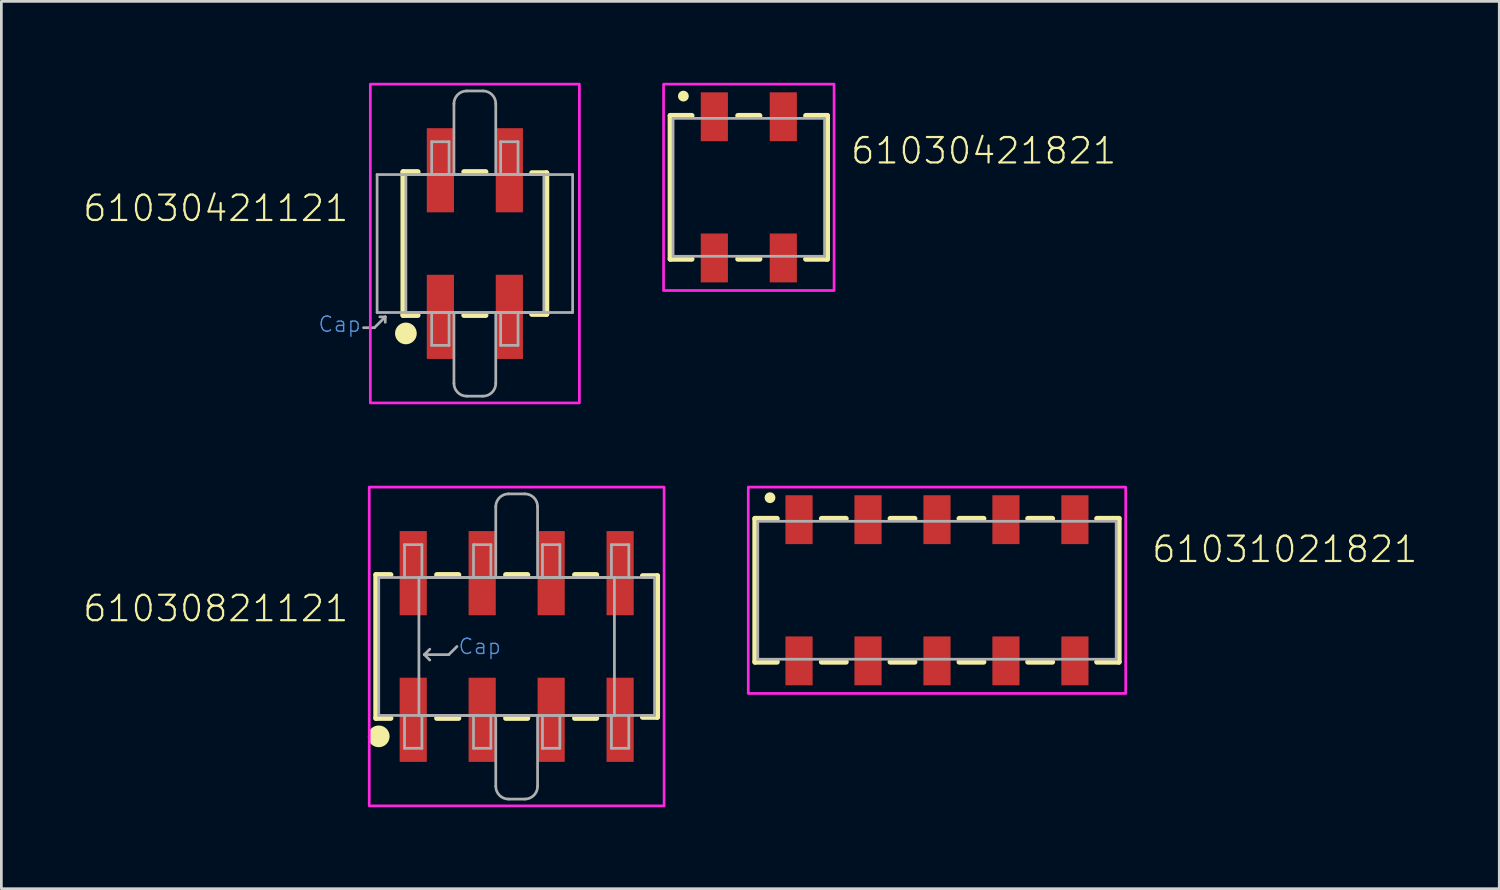
<source format=kicad_pcb>
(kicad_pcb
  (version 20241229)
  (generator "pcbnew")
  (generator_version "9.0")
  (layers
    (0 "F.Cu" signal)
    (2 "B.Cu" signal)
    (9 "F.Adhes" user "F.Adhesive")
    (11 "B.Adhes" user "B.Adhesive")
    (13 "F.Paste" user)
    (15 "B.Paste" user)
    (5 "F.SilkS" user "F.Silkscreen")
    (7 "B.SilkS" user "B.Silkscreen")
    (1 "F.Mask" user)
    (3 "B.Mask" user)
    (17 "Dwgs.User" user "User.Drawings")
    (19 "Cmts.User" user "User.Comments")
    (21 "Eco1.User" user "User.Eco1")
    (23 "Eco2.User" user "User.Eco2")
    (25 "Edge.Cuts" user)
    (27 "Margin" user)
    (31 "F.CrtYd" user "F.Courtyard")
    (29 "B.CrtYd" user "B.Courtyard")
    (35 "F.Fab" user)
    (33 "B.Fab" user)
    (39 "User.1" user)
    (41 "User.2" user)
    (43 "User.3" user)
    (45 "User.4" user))
  (footprint "61030421821"
    (layer "F.Cu")
    (at 24.529 3.85)
    (property "Reference" "61030421821" (at 3.7 -0.8 0) (unlocked yes) (layer "F.SilkS") (effects (font (size 0.935 0.935) (thickness 0.081)) (justify left bottom)))
    (fp_line (start -2.89 -2.64) (end -2.89 2.64) (stroke (width 0.2) (type solid)) (layer "F.SilkS"))
    (fp_line (start -2.1 -2.64) (end -2.89 -2.64) (stroke (width 0.2) (type solid)) (layer "F.SilkS"))
    (fp_line (start -2.1 2.64) (end -2.89 2.64) (stroke (width 0.2) (type solid)) (layer "F.SilkS"))
    (fp_line (start 0.4 -2.64) (end -0.4 -2.64) (stroke (width 0.2) (type solid)) (layer "F.SilkS"))
    (fp_line (start 0.4 2.64) (end -0.4 2.64) (stroke (width 0.2) (type solid)) (layer "F.SilkS"))
    (fp_line (start 2.1 -2.64) (end 2.89 -2.64) (stroke (width 0.2) (type solid)) (layer "F.SilkS"))
    (fp_line (start 2.1 2.64) (end 2.89 2.64) (stroke (width 0.2) (type solid)) (layer "F.SilkS"))
    (fp_line (start 2.89 2.64) (end 2.89 -2.64) (stroke (width 0.2) (type solid)) (layer "F.SilkS"))
    (fp_circle (center -2.41 -3.36) (end -2.31 -3.36) (stroke (width 0.2) (type solid)) (fill no) (layer "F.SilkS"))
    (fp_poly (pts (xy 3.14 3.8) (xy -3.14 3.8) (xy -3.14 -3.8) (xy 3.14 -3.8)) (stroke (width 0.1) (type default)) (fill no) (layer "F.CrtYd"))
    (fp_line (start -2.79 2.54) (end -2.79 -2.54) (stroke (width 0.1) (type solid)) (layer "F.Fab"))
    (fp_line (start -2.79 2.54) (end 2.79 2.54) (stroke (width 0.1) (type solid)) (layer "F.Fab"))
    (fp_line (start 2.79 -2.54) (end -2.79 -2.54) (stroke (width 0.1) (type solid)) (layer "F.Fab"))
    (fp_line (start 2.79 -2.54) (end 2.79 2.54) (stroke (width 0.1) (type solid)) (layer "F.Fab"))
    (pad "1" smd rect (at -1.27 -2.6) (size 1 1.8) (layers "F.Cu" "F.Mask" "F.Paste"))
    (pad "2" smd rect (at -1.27 2.6) (size 1 1.8) (layers "F.Cu" "F.Mask" "F.Paste"))
    (pad "3" smd rect (at 1.27 -2.6) (size 1 1.8) (layers "F.Cu" "F.Mask" "F.Paste"))
    (pad "4" smd rect (at 1.27 2.6) (size 1 1.8) (layers "F.Cu" "F.Mask" "F.Paste")))
  (footprint "61030821121"
    (layer "F.Cu")
    (at 15.979 20.76)
    (property "Reference" "61030821121" (at -6.13 -0.85 0) (unlocked yes) (layer "F.SilkS") (effects (font (size 0.935 0.935) (thickness 0.081)) (justify right bottom)))
    (fp_line (start -5.18 -2.64) (end -5.18 2.64) (stroke (width 0.2) (type solid)) (layer "F.SilkS"))
    (fp_line (start -5.18 2.64) (end -4.64 2.64) (stroke (width 0.2) (type solid)) (layer "F.SilkS"))
    (fp_line (start -4.64 -2.64) (end -5.18 -2.64) (stroke (width 0.2) (type solid)) (layer "F.SilkS"))
    (fp_line (start -2.94 2.64) (end -2.14 2.64) (stroke (width 0.2) (type solid)) (layer "F.SilkS"))
    (fp_line (start -2.14 -2.64) (end -2.94 -2.64) (stroke (width 0.2) (type solid)) (layer "F.SilkS"))
    (fp_line (start -0.4 2.64) (end 0.4 2.64) (stroke (width 0.2) (type solid)) (layer "F.SilkS"))
    (fp_line (start 0.4 -2.64) (end -0.4 -2.64) (stroke (width 0.2) (type solid)) (layer "F.SilkS"))
    (fp_line (start 2.14 2.64) (end 2.94 2.64) (stroke (width 0.2) (type solid)) (layer "F.SilkS"))
    (fp_line (start 2.94 -2.64) (end 2.14 -2.64) (stroke (width 0.2) (type solid)) (layer "F.SilkS"))
    (fp_line (start 4.64 -2.6) (end 5.18 -2.6) (stroke (width 0.2) (type solid)) (layer "F.SilkS"))
    (fp_line (start 5.18 -2.6) (end 5.18 2.6) (stroke (width 0.2) (type solid)) (layer "F.SilkS"))
    (fp_line (start 5.18 2.6) (end 4.64 2.6) (stroke (width 0.2) (type solid)) (layer "F.SilkS"))
    (fp_circle (center -5.08 3.31) (end -4.88 3.31) (stroke (width 0.4) (type solid)) (fill no) (layer "F.SilkS"))
    (fp_poly (pts (xy 5.43 5.87) (xy -5.43 5.87) (xy -5.43 -5.87) (xy 5.43 -5.87)) (stroke (width 0.1) (type default)) (fill no) (layer "F.CrtYd"))
    (fp_line (start -5.08 -2.54) (end -5.08 2.54) (stroke (width 0.1) (type solid)) (layer "F.Fab"))
    (fp_line (start -5.08 2.54) (end 5.08 2.54) (stroke (width 0.1) (type solid)) (layer "F.Fab"))
    (fp_line (start -4.13 -3.75) (end -3.49 -3.75) (stroke (width 0.1) (type solid)) (layer "F.Fab"))
    (fp_line (start -4.13 -2.54) (end -5.08 -2.54) (stroke (width 0.1) (type solid)) (layer "F.Fab"))
    (fp_line (start -4.13 -2.54) (end -4.13 -3.75) (stroke (width 0.1) (type solid)) (layer "F.Fab"))
    (fp_line (start -4.13 3.75) (end -4.13 2.54) (stroke (width 0.1) (type solid)) (layer "F.Fab"))
    (fp_line (start -3.6 -2.54) (end -0.77 -2.54) (stroke (width 0.1) (type solid)) (layer "F.Fab"))
    (fp_line (start -3.6 2.54) (end -3.6 -2.54) (stroke (width 0.1) (type solid)) (layer "F.Fab"))
    (fp_line (start -3.49 -3.75) (end -3.49 -2.54) (stroke (width 0.1) (type solid)) (layer "F.Fab"))
    (fp_line (start -3.49 -2.54) (end -4.13 -2.54) (stroke (width 0.1) (type solid)) (layer "F.Fab"))
    (fp_line (start -3.49 2.54) (end -3.49 3.75) (stroke (width 0.1) (type solid)) (layer "F.Fab"))
    (fp_line (start -3.49 3.75) (end -4.13 3.75) (stroke (width 0.1) (type solid)) (layer "F.Fab"))
    (fp_line (start -3.4 0.3) (end -3.2 0.1) (stroke (width 0.1) (type solid)) (layer "F.Fab"))
    (fp_line (start -3.4 0.3) (end -3.2 0.5) (stroke (width 0.1) (type solid)) (layer "F.Fab"))
    (fp_line (start -2.5 0.3) (end -3.4 0.3) (stroke (width 0.1) (type solid)) (layer "F.Fab"))
    (fp_line (start -2.2 0) (end -2.5 0.3) (stroke (width 0.1) (type solid)) (layer "F.Fab"))
    (fp_line (start -1.59 -3.75) (end -0.95 -3.75) (stroke (width 0.1) (type solid)) (layer "F.Fab"))
    (fp_line (start -1.59 -2.54) (end -1.59 -3.75) (stroke (width 0.1) (type solid)) (layer "F.Fab"))
    (fp_line (start -1.59 3.75) (end -1.59 2.54) (stroke (width 0.1) (type solid)) (layer "F.Fab"))
    (fp_line (start -0.95 -3.75) (end -0.95 -2.54) (stroke (width 0.1) (type solid)) (layer "F.Fab"))
    (fp_line (start -0.95 2.54) (end -0.95 3.75) (stroke (width 0.1) (type solid)) (layer "F.Fab"))
    (fp_line (start -0.95 3.75) (end -1.59 3.75) (stroke (width 0.1) (type solid)) (layer "F.Fab"))
    (fp_line (start -0.77 -2.54) (end -0.77 -5.15) (stroke (width 0.1) (type solid)) (layer "F.Fab"))
    (fp_line (start -0.77 -2.54) (end 0.77 -2.54) (stroke (width 0.1) (type solid)) (layer "F.Fab"))
    (fp_line (start -0.77 5.15) (end -0.77 2.54) (stroke (width 0.1) (type solid)) (layer "F.Fab"))
    (fp_line (start -0.3 -5.62) (end 0.3 -5.62) (stroke (width 0.1) (type solid)) (layer "F.Fab"))
    (fp_line (start 0.3 5.62) (end -0.3 5.62) (stroke (width 0.1) (type solid)) (layer "F.Fab"))
    (fp_line (start 0.77 -5.15) (end 0.77 -2.54) (stroke (width 0.1) (type solid)) (layer "F.Fab"))
    (fp_line (start 0.77 -2.54) (end 3.6 -2.54) (stroke (width 0.1) (type solid)) (layer "F.Fab"))
    (fp_line (start 0.77 2.54) (end 0.77 5.15) (stroke (width 0.1) (type solid)) (layer "F.Fab"))
    (fp_line (start 0.95 -3.75) (end 1.59 -3.75) (stroke (width 0.1) (type solid)) (layer "F.Fab"))
    (fp_line (start 0.95 -2.54) (end 0.95 -3.75) (stroke (width 0.1) (type solid)) (layer "F.Fab"))
    (fp_line (start 0.95 3.75) (end 0.95 2.54) (stroke (width 0.1) (type solid)) (layer "F.Fab"))
    (fp_line (start 1.59 -3.75) (end 1.59 -2.54) (stroke (width 0.1) (type solid)) (layer "F.Fab"))
    (fp_line (start 1.59 2.54) (end 1.59 3.75) (stroke (width 0.1) (type solid)) (layer "F.Fab"))
    (fp_line (start 1.59 3.75) (end 0.95 3.75) (stroke (width 0.1) (type solid)) (layer "F.Fab"))
    (fp_line (start 3.49 -3.75) (end 4.13 -3.75) (stroke (width 0.1) (type solid)) (layer "F.Fab"))
    (fp_line (start 3.49 -2.54) (end 3.49 -3.75) (stroke (width 0.1) (type solid)) (layer "F.Fab"))
    (fp_line (start 3.49 3.75) (end 3.49 2.54) (stroke (width 0.1) (type solid)) (layer "F.Fab"))
    (fp_line (start 3.6 -2.54) (end 3.6 2.54) (stroke (width 0.1) (type solid)) (layer "F.Fab"))
    (fp_line (start 3.6 2.54) (end -3.6 2.54) (stroke (width 0.1) (type solid)) (layer "F.Fab"))
    (fp_line (start 4.13 -3.75) (end 4.13 -2.54) (stroke (width 0.1) (type solid)) (layer "F.Fab"))
    (fp_line (start 4.13 2.54) (end 4.13 3.75) (stroke (width 0.1) (type solid)) (layer "F.Fab"))
    (fp_line (start 4.13 3.75) (end 3.49 3.75) (stroke (width 0.1) (type solid)) (layer "F.Fab"))
    (fp_line (start 5.08 -2.54) (end -3.49 -2.54) (stroke (width 0.1) (type solid)) (layer "F.Fab"))
    (fp_line (start 5.08 2.54) (end 5.08 -2.54) (stroke (width 0.1) (type solid)) (layer "F.Fab"))
    (fp_arc (start -0.77 -5.15) (mid -0.63234 -5.48234) (end -0.3 -5.62) (stroke (width 0.1) (type solid)) (layer "F.Fab"))
    (fp_arc (start -0.3 5.62) (mid -0.63234 5.48234) (end -0.77 5.15) (stroke (width 0.1) (type solid)) (layer "F.Fab"))
    (fp_arc (start 0.3 -5.62) (mid 0.63234 -5.48234) (end 0.77 -5.15) (stroke (width 0.1) (type solid)) (layer "F.Fab"))
    (fp_arc (start 0.77 5.15) (mid 0.63234 5.48234) (end 0.3 5.62) (stroke (width 0.1) (type solid)) (layer "F.Fab"))
    (fp_text user "Cap" (at -1.36 0 0) (unlocked yes) (layer "Cmts.User") (effects (font (size 0.561 0.561) (thickness 0.049))))
    (pad "1" smd rect (at -3.81 2.7 90) (size 3.1 1) (layers "F.Cu" "F.Mask" "F.Paste"))
    (pad "2" smd rect (at -3.81 -2.7 90) (size 3.1 1) (layers "F.Cu" "F.Mask" "F.Paste"))
    (pad "3" smd rect (at -1.27 2.7 90) (size 3.1 1) (layers "F.Cu" "F.Mask" "F.Paste"))
    (pad "4" smd rect (at -1.27 -2.7 90) (size 3.1 1) (layers "F.Cu" "F.Mask" "F.Paste"))
    (pad "5" smd rect (at 1.27 2.7 90) (size 3.1 1) (layers "F.Cu" "F.Mask" "F.Paste"))
    (pad "6" smd rect (at 1.27 -2.7 90) (size 3.1 1) (layers "F.Cu" "F.Mask" "F.Paste"))
    (pad "7" smd rect (at 3.81 2.7 90) (size 3.1 1) (layers "F.Cu" "F.Mask" "F.Paste"))
    (pad "8" smd rect (at 3.81 -2.7 90) (size 3.1 1) (layers "F.Cu" "F.Mask" "F.Paste")))
  (footprint "61031021821"
    (layer "F.Cu")
    (at 31.459 18.69)
    (property "Reference" "61031021821" (at 7.86 -0.96 0) (unlocked yes) (layer "F.SilkS") (effects (font (size 0.935 0.935) (thickness 0.081)) (justify left bottom)))
    (fp_line (start -6.7 -2.64) (end -6.7 2.64) (stroke (width 0.2) (type solid)) (layer "F.SilkS"))
    (fp_line (start -5.89 -2.64) (end -6.7 -2.64) (stroke (width 0.2) (type solid)) (layer "F.SilkS"))
    (fp_line (start -5.89 2.64) (end -6.7 2.64) (stroke (width 0.2) (type solid)) (layer "F.SilkS"))
    (fp_line (start -3.35 -2.64) (end -4.25 -2.64) (stroke (width 0.2) (type solid)) (layer "F.SilkS"))
    (fp_line (start -3.35 2.64) (end -4.25 2.64) (stroke (width 0.2) (type solid)) (layer "F.SilkS"))
    (fp_line (start -0.82 -2.64) (end -1.72 -2.64) (stroke (width 0.2) (type solid)) (layer "F.SilkS"))
    (fp_line (start -0.82 2.64) (end -1.72 2.64) (stroke (width 0.2) (type solid)) (layer "F.SilkS"))
    (fp_line (start 0.82 -2.64) (end 1.72 -2.64) (stroke (width 0.2) (type solid)) (layer "F.SilkS"))
    (fp_line (start 0.82 2.64) (end 1.72 2.64) (stroke (width 0.2) (type solid)) (layer "F.SilkS"))
    (fp_line (start 3.35 -2.64) (end 4.25 -2.64) (stroke (width 0.2) (type solid)) (layer "F.SilkS"))
    (fp_line (start 3.35 2.64) (end 4.25 2.64) (stroke (width 0.2) (type solid)) (layer "F.SilkS"))
    (fp_line (start 5.89 -2.64) (end 6.7 -2.64) (stroke (width 0.2) (type solid)) (layer "F.SilkS"))
    (fp_line (start 5.89 2.64) (end 6.7 2.64) (stroke (width 0.2) (type solid)) (layer "F.SilkS"))
    (fp_line (start 6.7 2.64) (end 6.7 -2.64) (stroke (width 0.2) (type solid)) (layer "F.SilkS"))
    (fp_circle (center -6.15 -3.41) (end -6.05 -3.41) (stroke (width 0.2) (type solid)) (fill no) (layer "F.SilkS"))
    (fp_poly (pts (xy 6.95 3.8) (xy -6.95 3.8) (xy -6.95 -3.8) (xy 6.95 -3.8)) (stroke (width 0.1) (type default)) (fill no) (layer "F.CrtYd"))
    (fp_line (start -6.6 -2.54) (end -6.6 2.54) (stroke (width 0.1) (type solid)) (layer "F.Fab"))
    (fp_line (start -6.6 2.54) (end 6.6 2.54) (stroke (width 0.1) (type solid)) (layer "F.Fab"))
    (fp_line (start 6.6 -2.54) (end -6.6 -2.54) (stroke (width 0.1) (type solid)) (layer "F.Fab"))
    (fp_line (start 6.6 -2.54) (end 6.6 2.54) (stroke (width 0.1) (type solid)) (layer "F.Fab"))
    (pad "1" smd rect (at -5.08 -2.6) (size 1 1.8) (layers "F.Cu" "F.Mask" "F.Paste"))
    (pad "2" smd rect (at -5.08 2.6) (size 1 1.8) (layers "F.Cu" "F.Mask" "F.Paste"))
    (pad "3" smd rect (at -2.54 -2.6) (size 1 1.8) (layers "F.Cu" "F.Mask" "F.Paste"))
    (pad "4" smd rect (at -2.54 2.6) (size 1 1.8) (layers "F.Cu" "F.Mask" "F.Paste"))
    (pad "5" smd rect (at 0 -2.6) (size 1 1.8) (layers "F.Cu" "F.Mask" "F.Paste"))
    (pad "6" smd rect (at 0 2.6) (size 1 1.8) (layers "F.Cu" "F.Mask" "F.Paste"))
    (pad "7" smd rect (at 2.54 -2.6) (size 1 1.8) (layers "F.Cu" "F.Mask" "F.Paste"))
    (pad "8" smd rect (at 2.54 2.6) (size 1 1.8) (layers "F.Cu" "F.Mask" "F.Paste"))
    (pad "9" smd rect (at 5.08 -2.6) (size 1 1.8) (layers "F.Cu" "F.Mask" "F.Paste"))
    (pad "10" smd rect (at 5.08 2.6) (size 1 1.8) (layers "F.Cu" "F.Mask" "F.Paste")))
  (footprint "61030421121"
    (layer "F.Cu")
    (at 14.439 5.92)
    (property "Reference" "61030421121" (at -4.59 -0.75 0) (unlocked yes) (layer "F.SilkS") (effects (font (size 0.935 0.935) (thickness 0.081)) (justify right bottom)))
    (fp_line (start -2.64 -2.64) (end -2.64 2.64) (stroke (width 0.2) (type solid)) (layer "F.SilkS"))
    (fp_line (start -2.64 2.64) (end -2.1 2.64) (stroke (width 0.2) (type solid)) (layer "F.SilkS"))
    (fp_line (start -2.1 -2.64) (end -2.64 -2.64) (stroke (width 0.2) (type solid)) (layer "F.SilkS"))
    (fp_line (start -0.4 2.64) (end 0.4 2.64) (stroke (width 0.2) (type solid)) (layer "F.SilkS"))
    (fp_line (start 0.4 -2.64) (end -0.4 -2.64) (stroke (width 0.2) (type solid)) (layer "F.SilkS"))
    (fp_line (start 2.1 -2.6) (end 2.64 -2.6) (stroke (width 0.2) (type solid)) (layer "F.SilkS"))
    (fp_line (start 2.64 -2.6) (end 2.64 2.6) (stroke (width 0.2) (type solid)) (layer "F.SilkS"))
    (fp_line (start 2.64 2.6) (end 2.1 2.6) (stroke (width 0.2) (type solid)) (layer "F.SilkS"))
    (fp_circle (center -2.54 3.31) (end -2.34 3.31) (stroke (width 0.4) (type solid)) (fill no) (layer "F.SilkS"))
    (fp_poly (pts (xy 3.85 5.87) (xy -3.85 5.87) (xy -3.85 -5.87) (xy 3.85 -5.87)) (stroke (width 0.1) (type default)) (fill no) (layer "F.CrtYd"))
    (fp_line (start -4.1 3.1) (end -3.7 3.1) (stroke (width 0.1) (type solid)) (layer "F.Fab"))
    (fp_line (start -3.7 3.1) (end -3.3 2.7) (stroke (width 0.1) (type solid)) (layer "F.Fab"))
    (fp_line (start -3.6 -2.54) (end -0.77 -2.54) (stroke (width 0.1) (type solid)) (layer "F.Fab"))
    (fp_line (start -3.6 2.54) (end -3.6 -2.54) (stroke (width 0.1) (type solid)) (layer "F.Fab"))
    (fp_line (start -3.3 2.7) (end -3.5 2.7) (stroke (width 0.1) (type solid)) (layer "F.Fab"))
    (fp_line (start -3.3 2.7) (end -3.3 2.9) (stroke (width 0.1) (type solid)) (layer "F.Fab"))
    (fp_line (start -2.54 -2.54) (end -2.54 2.54) (stroke (width 0.1) (type solid)) (layer "F.Fab"))
    (fp_line (start -2.54 2.54) (end 2.54 2.54) (stroke (width 0.1) (type solid)) (layer "F.Fab"))
    (fp_line (start -1.59 -3.75) (end -0.95 -3.75) (stroke (width 0.1) (type solid)) (layer "F.Fab"))
    (fp_line (start -1.59 -2.54) (end -2.54 -2.54) (stroke (width 0.1) (type solid)) (layer "F.Fab"))
    (fp_line (start -1.59 -2.54) (end -1.59 -3.75) (stroke (width 0.1) (type solid)) (layer "F.Fab"))
    (fp_line (start -1.59 3.75) (end -1.59 2.54) (stroke (width 0.1) (type solid)) (layer "F.Fab"))
    (fp_line (start -0.95 -3.75) (end -0.95 -2.54) (stroke (width 0.1) (type solid)) (layer "F.Fab"))
    (fp_line (start -0.95 -2.54) (end -1.59 -2.54) (stroke (width 0.1) (type solid)) (layer "F.Fab"))
    (fp_line (start -0.95 2.54) (end -0.95 3.75) (stroke (width 0.1) (type solid)) (layer "F.Fab"))
    (fp_line (start -0.95 3.75) (end -1.59 3.75) (stroke (width 0.1) (type solid)) (layer "F.Fab"))
    (fp_line (start -0.77 -2.54) (end -0.95 -2.54) (stroke (width 0.1) (type solid)) (layer "F.Fab"))
    (fp_line (start -0.77 -2.54) (end -0.77 -5.15) (stroke (width 0.1) (type solid)) (layer "F.Fab"))
    (fp_line (start -0.77 -2.54) (end 0.77 -2.54) (stroke (width 0.1) (type solid)) (layer "F.Fab"))
    (fp_line (start -0.77 5.15) (end -0.77 2.54) (stroke (width 0.1) (type solid)) (layer "F.Fab"))
    (fp_line (start -0.3 -5.62) (end 0.3 -5.62) (stroke (width 0.1) (type solid)) (layer "F.Fab"))
    (fp_line (start 0.3 5.62) (end -0.3 5.62) (stroke (width 0.1) (type solid)) (layer "F.Fab"))
    (fp_line (start 0.77 -5.15) (end 0.77 -2.54) (stroke (width 0.1) (type solid)) (layer "F.Fab"))
    (fp_line (start 0.77 -2.54) (end -0.77 -2.54) (stroke (width 0.1) (type solid)) (layer "F.Fab"))
    (fp_line (start 0.77 -2.54) (end 3.6 -2.54) (stroke (width 0.1) (type solid)) (layer "F.Fab"))
    (fp_line (start 0.77 2.54) (end 0.77 5.15) (stroke (width 0.1) (type solid)) (layer "F.Fab"))
    (fp_line (start 0.95 -3.75) (end 1.59 -3.75) (stroke (width 0.1) (type solid)) (layer "F.Fab"))
    (fp_line (start 0.95 -2.54) (end 0.95 -3.75) (stroke (width 0.1) (type solid)) (layer "F.Fab"))
    (fp_line (start 0.95 3.75) (end 0.95 2.54) (stroke (width 0.1) (type solid)) (layer "F.Fab"))
    (fp_line (start 1.59 -3.75) (end 1.59 -2.54) (stroke (width 0.1) (type solid)) (layer "F.Fab"))
    (fp_line (start 1.59 2.54) (end 1.59 3.75) (stroke (width 0.1) (type solid)) (layer "F.Fab"))
    (fp_line (start 1.59 3.75) (end 0.95 3.75) (stroke (width 0.1) (type solid)) (layer "F.Fab"))
    (fp_line (start 2.54 -2.54) (end 0.77 -2.54) (stroke (width 0.1) (type solid)) (layer "F.Fab"))
    (fp_line (start 2.54 2.54) (end 2.54 -2.54) (stroke (width 0.1) (type solid)) (layer "F.Fab"))
    (fp_line (start 3.6 -2.54) (end 3.6 2.54) (stroke (width 0.1) (type solid)) (layer "F.Fab"))
    (fp_line (start 3.6 2.54) (end -3.6 2.54) (stroke (width 0.1) (type solid)) (layer "F.Fab"))
    (fp_arc (start -0.77 -5.15) (mid -0.63234 -5.48234) (end -0.3 -5.62) (stroke (width 0.1) (type solid)) (layer "F.Fab"))
    (fp_arc (start -0.3 5.62) (mid -0.63234 5.48234) (end -0.77 5.15) (stroke (width 0.1) (type solid)) (layer "F.Fab"))
    (fp_arc (start 0.3 -5.62) (mid 0.63234 -5.48234) (end 0.77 -5.15) (stroke (width 0.1) (type solid)) (layer "F.Fab"))
    (fp_arc (start 0.77 5.15) (mid 0.63234 5.48234) (end 0.3 5.62) (stroke (width 0.1) (type solid)) (layer "F.Fab"))
    (fp_text user "Cap" (at -5.8 3.3 0) (unlocked yes) (layer "Cmts.User") (effects (font (size 0.561 0.561) (thickness 0.049)) (justify left bottom)))
    (pad "1" smd rect (at -1.27 2.7 90) (size 3.1 1) (layers "F.Cu" "F.Mask" "F.Paste"))
    (pad "2" smd rect (at -1.27 -2.7 90) (size 3.1 1) (layers "F.Cu" "F.Mask" "F.Paste"))
    (pad "3" smd rect (at 1.27 2.7 90) (size 3.1 1) (layers "F.Cu" "F.Mask" "F.Paste"))
    (pad "4" smd rect (at 1.27 -2.7 90) (size 3.1 1) (layers "F.Cu" "F.Mask" "F.Paste")))
  (gr_rect
    (start -3 -3)
    (end 52.168 29.68)
    (stroke (width 0.1) (type default))
    (fill no)
    (layer "Edge.Cuts")))
</source>
